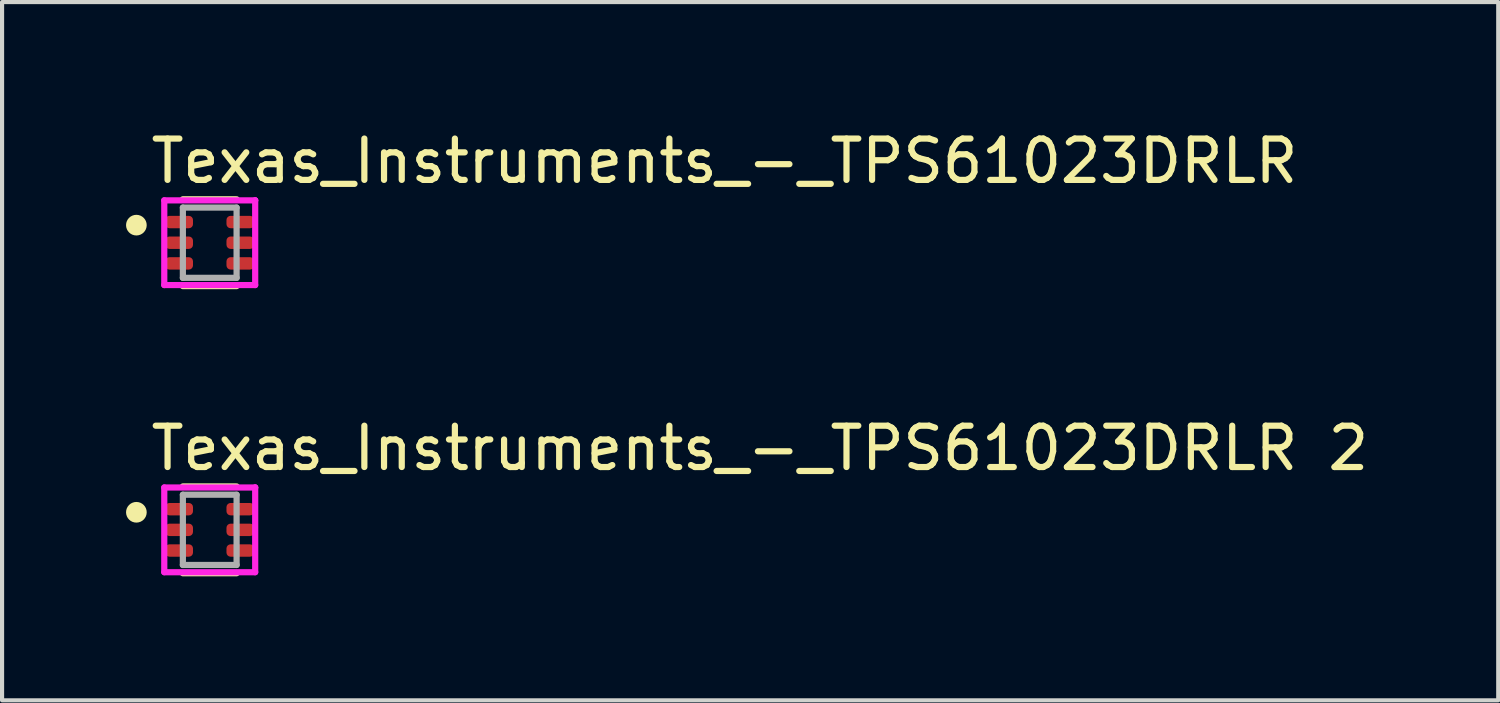
<source format=kicad_pcb>
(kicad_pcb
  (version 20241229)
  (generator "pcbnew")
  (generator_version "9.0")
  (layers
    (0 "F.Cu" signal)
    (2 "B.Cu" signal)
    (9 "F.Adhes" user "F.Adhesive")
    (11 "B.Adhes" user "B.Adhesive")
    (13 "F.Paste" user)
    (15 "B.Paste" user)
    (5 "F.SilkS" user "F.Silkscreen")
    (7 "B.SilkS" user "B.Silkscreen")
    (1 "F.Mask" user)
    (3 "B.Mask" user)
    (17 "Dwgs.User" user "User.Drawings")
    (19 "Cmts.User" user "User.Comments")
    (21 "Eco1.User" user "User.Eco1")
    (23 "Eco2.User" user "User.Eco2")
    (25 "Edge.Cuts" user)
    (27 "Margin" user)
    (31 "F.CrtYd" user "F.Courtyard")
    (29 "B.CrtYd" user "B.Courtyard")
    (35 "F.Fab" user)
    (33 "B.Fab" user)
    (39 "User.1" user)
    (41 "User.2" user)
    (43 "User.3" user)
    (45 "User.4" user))
  (footprint "Texas_Instruments_-_TPS61023DRLR 2"
    (layer "F.Cu")
    (at 2.025 9.771)
    (property "Reference" "Texas_Instruments_-_TPS61023DRLR 2" (at -1.5 -1.975 0) (layer "F.SilkS") (effects (font (size 1 1) (thickness 0.15)) (justify left)))
    (attr smd)
    (fp_line (start -0.65 -1.05) (end 0.65 -1.05) (stroke (width 0.15) (type solid)) (layer "F.SilkS"))
    (fp_line (start -0.65 1.05) (end 0.65 1.05) (stroke (width 0.15) (type solid)) (layer "F.SilkS"))
    (fp_circle (center -1.775 -0.425) (end -1.65 -0.425) (stroke (width 0.25) (type solid)) (fill no) (layer "F.SilkS"))
    (fp_line (start -1.1 -1.025) (end -1.1 1.025) (stroke (width 0.15) (type solid)) (layer "F.CrtYd"))
    (fp_line (start -1.1 1.025) (end 1.1 1.025) (stroke (width 0.15) (type solid)) (layer "F.CrtYd"))
    (fp_line (start 1.1 -1.025) (end -1.1 -1.025) (stroke (width 0.15) (type solid)) (layer "F.CrtYd"))
    (fp_line (start 1.1 -1.025) (end 1.1 -1.025) (stroke (width 0.15) (type solid)) (layer "F.CrtYd"))
    (fp_line (start 1.1 1.025) (end 1.1 -1.025) (stroke (width 0.15) (type solid)) (layer "F.CrtYd"))
    (fp_line (start -0.65 -0.85) (end 0.65 -0.85) (stroke (width 0.15) (type solid)) (layer "F.Fab"))
    (fp_line (start -0.65 0.85) (end -0.65 -0.85) (stroke (width 0.15) (type solid)) (layer "F.Fab"))
    (fp_line (start 0.65 -0.85) (end 0.65 0.85) (stroke (width 0.15) (type solid)) (layer "F.Fab"))
    (fp_line (start 0.65 0.85) (end -0.65 0.85) (stroke (width 0.15) (type solid)) (layer "F.Fab"))
    (pad "1" smd roundrect (at -0.74 -0.5) (size 0.67 0.3) (layers "F.Cu" "F.Mask" "F.Paste") (roundrect_rratio 0.333))
    (pad "2" smd roundrect (at -0.74 0) (size 0.67 0.3) (layers "F.Cu" "F.Mask" "F.Paste") (roundrect_rratio 0.333))
    (pad "3" smd roundrect (at -0.74 0.5) (size 0.67 0.3) (layers "F.Cu" "F.Mask" "F.Paste") (roundrect_rratio 0.333))
    (pad "4" smd roundrect (at 0.74 0.5) (size 0.67 0.3) (layers "F.Cu" "F.Mask" "F.Paste") (roundrect_rratio 0.333))
    (pad "5" smd roundrect (at 0.74 0) (size 0.67 0.3) (layers "F.Cu" "F.Mask" "F.Paste") (roundrect_rratio 0.333))
    (pad "6" smd roundrect (at 0.74 -0.5) (size 0.67 0.3) (layers "F.Cu" "F.Mask" "F.Paste") (roundrect_rratio 0.333)))
  (footprint "Texas_Instruments_-_TPS61023DRLR"
    (layer "F.Cu")
    (at 2.025 2.823)
    (property "Reference" "Texas_Instruments_-_TPS61023DRLR" (at -1.5 -1.975 0) (layer "F.SilkS") (effects (font (size 1 1) (thickness 0.15)) (justify left)))
    (attr smd)
    (fp_line (start -0.65 -1.05) (end 0.65 -1.05) (stroke (width 0.15) (type solid)) (layer "F.SilkS"))
    (fp_line (start -0.65 1.05) (end 0.65 1.05) (stroke (width 0.15) (type solid)) (layer "F.SilkS"))
    (fp_circle (center -1.775 -0.425) (end -1.65 -0.425) (stroke (width 0.25) (type solid)) (fill no) (layer "F.SilkS"))
    (fp_line (start -1.1 -1.025) (end -1.1 1.025) (stroke (width 0.15) (type solid)) (layer "F.CrtYd"))
    (fp_line (start -1.1 1.025) (end 1.1 1.025) (stroke (width 0.15) (type solid)) (layer "F.CrtYd"))
    (fp_line (start 1.1 -1.025) (end -1.1 -1.025) (stroke (width 0.15) (type solid)) (layer "F.CrtYd"))
    (fp_line (start 1.1 -1.025) (end 1.1 -1.025) (stroke (width 0.15) (type solid)) (layer "F.CrtYd"))
    (fp_line (start 1.1 1.025) (end 1.1 -1.025) (stroke (width 0.15) (type solid)) (layer "F.CrtYd"))
    (fp_line (start -0.65 -0.85) (end 0.65 -0.85) (stroke (width 0.15) (type solid)) (layer "F.Fab"))
    (fp_line (start -0.65 0.85) (end -0.65 -0.85) (stroke (width 0.15) (type solid)) (layer "F.Fab"))
    (fp_line (start 0.65 -0.85) (end 0.65 0.85) (stroke (width 0.15) (type solid)) (layer "F.Fab"))
    (fp_line (start 0.65 0.85) (end -0.65 0.85) (stroke (width 0.15) (type solid)) (layer "F.Fab"))
    (pad "1" smd roundrect (at -0.74 -0.5) (size 0.67 0.3) (layers "F.Cu" "F.Mask" "F.Paste") (roundrect_rratio 0.333))
    (pad "2" smd roundrect (at -0.74 0) (size 0.67 0.3) (layers "F.Cu" "F.Mask" "F.Paste") (roundrect_rratio 0.333))
    (pad "3" smd roundrect (at -0.74 0.5) (size 0.67 0.3) (layers "F.Cu" "F.Mask" "F.Paste") (roundrect_rratio 0.333))
    (pad "4" smd roundrect (at 0.74 0.5) (size 0.67 0.3) (layers "F.Cu" "F.Mask" "F.Paste") (roundrect_rratio 0.333))
    (pad "5" smd roundrect (at 0.74 0) (size 0.67 0.3) (layers "F.Cu" "F.Mask" "F.Paste") (roundrect_rratio 0.333))
    (pad "6" smd roundrect (at 0.74 -0.5) (size 0.67 0.3) (layers "F.Cu" "F.Mask" "F.Paste") (roundrect_rratio 0.333)))
  (gr_rect
    (start -3 -3)
    (end 33.204 13.896)
    (stroke (width 0.1) (type default))
    (fill no)
    (layer "Edge.Cuts")))
</source>
